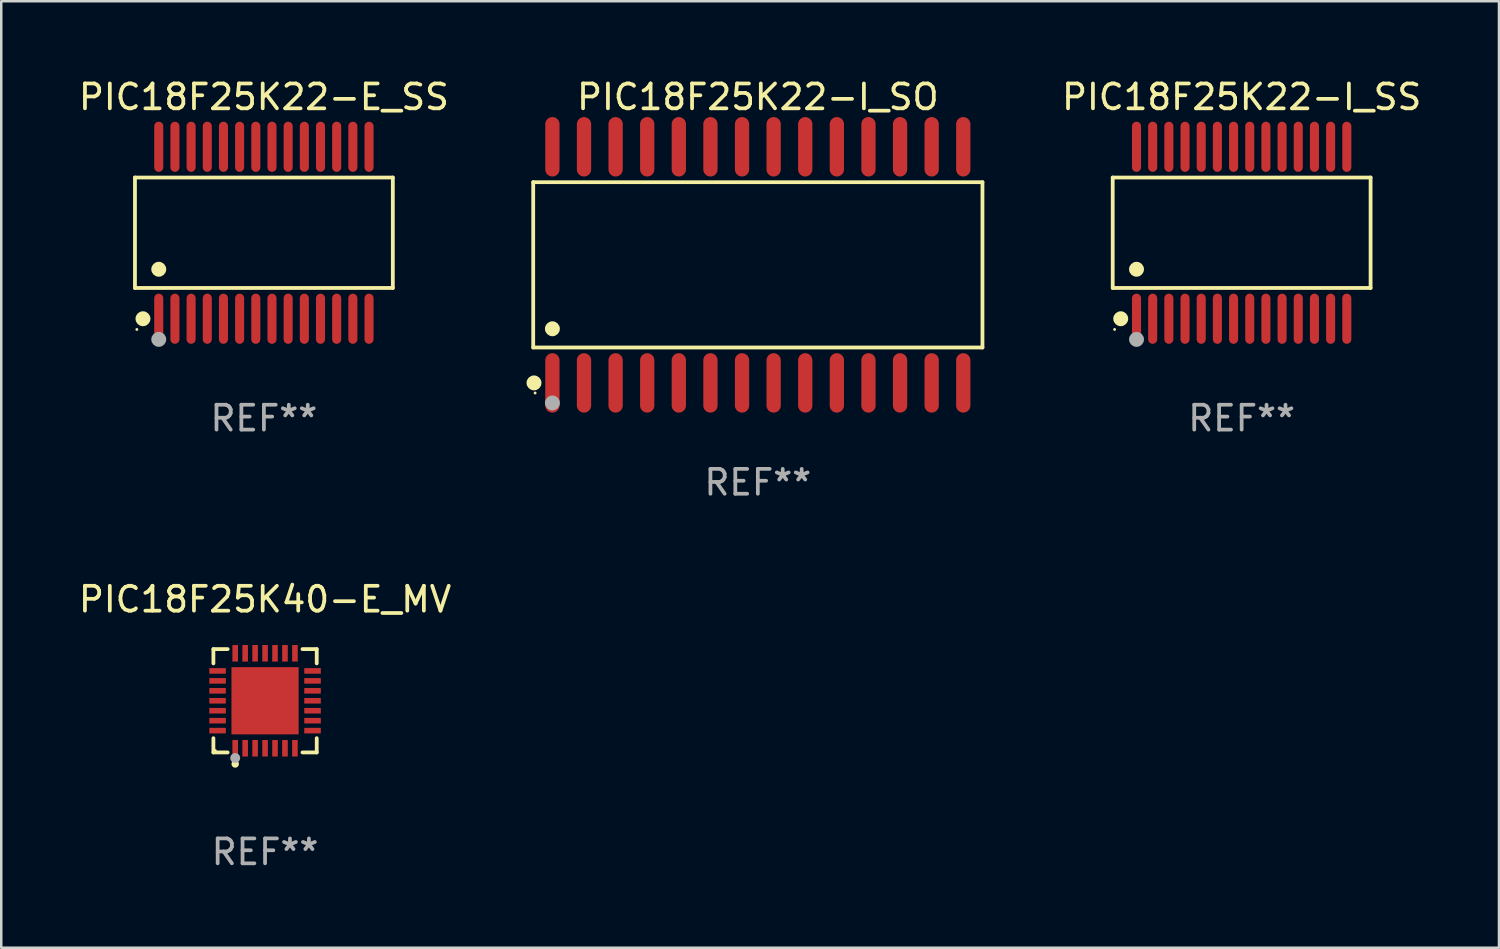
<source format=kicad_pcb>
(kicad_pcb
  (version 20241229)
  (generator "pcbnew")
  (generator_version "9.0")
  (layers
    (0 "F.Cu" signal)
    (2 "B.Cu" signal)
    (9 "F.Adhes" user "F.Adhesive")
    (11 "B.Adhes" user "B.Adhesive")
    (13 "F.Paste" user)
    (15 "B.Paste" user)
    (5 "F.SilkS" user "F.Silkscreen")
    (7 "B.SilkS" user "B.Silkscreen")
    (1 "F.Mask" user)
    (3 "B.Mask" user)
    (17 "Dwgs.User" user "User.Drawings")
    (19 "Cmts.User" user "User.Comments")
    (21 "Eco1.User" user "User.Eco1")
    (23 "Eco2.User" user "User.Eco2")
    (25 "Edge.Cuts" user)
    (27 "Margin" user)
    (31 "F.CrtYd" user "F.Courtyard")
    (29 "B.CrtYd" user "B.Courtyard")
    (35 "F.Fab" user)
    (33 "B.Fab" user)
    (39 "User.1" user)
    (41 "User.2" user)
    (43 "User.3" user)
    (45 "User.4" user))
  (footprint "PIC18F25K22-E_SS"
    (layer "F.Cu")
    (at 7.554 6.303)
    (property "Reference" "PIC18F25K22-E_SS" (at 0 -5.455 0) (layer "F.SilkS") (effects (font (size 1 1) (thickness 0.15))))
    (attr through_hole)
    (fp_line (start -5.181 -2.219) (end 5.181 -2.219) (stroke (width 0.152) (type solid)) (layer "F.SilkS"))
    (fp_line (start -5.181 2.219) (end -5.181 -2.219) (stroke (width 0.152) (type solid)) (layer "F.SilkS"))
    (fp_line (start 5.181 -2.219) (end 5.181 2.219) (stroke (width 0.152) (type solid)) (layer "F.SilkS"))
    (fp_line (start 5.181 2.219) (end -5.181 2.219) (stroke (width 0.152) (type solid)) (layer "F.SilkS"))
    (fp_circle (center -5.105 3.885) (end -5.075 3.885) (stroke (width 0.06) (type solid)) (fill no) (layer "F.SilkS"))
    (fp_circle (center -4.859 3.455) (end -4.709 3.455) (stroke (width 0.3) (type solid)) (fill no) (layer "F.SilkS"))
    (fp_circle (center -4.225 1.467) (end -4.075 1.467) (stroke (width 0.3) (type solid)) (fill no) (layer "F.SilkS"))
    (fp_circle (center -4.225 4.285) (end -4.075 4.285) (stroke (width 0.3) (type solid)) (fill no) (layer "F.Fab"))
    (fp_text user "REF**" (at 0 7.455 0) (layer "F.Fab") (effects (font (size 1 1) (thickness 0.15))))
    (pad "1" smd oval (at -4.225 3.455) (size 0.364 2.015) (layers "F.Cu" "F.Mask" "F.Paste"))
    (pad "2" smd oval (at -3.575 3.455) (size 0.364 2.015) (layers "F.Cu" "F.Mask" "F.Paste"))
    (pad "3" smd oval (at -2.925 3.455) (size 0.364 2.015) (layers "F.Cu" "F.Mask" "F.Paste"))
    (pad "4" smd oval (at -2.275 3.455) (size 0.364 2.015) (layers "F.Cu" "F.Mask" "F.Paste"))
    (pad "5" smd oval (at -1.625 3.455) (size 0.364 2.015) (layers "F.Cu" "F.Mask" "F.Paste"))
    (pad "6" smd oval (at -0.975 3.455) (size 0.364 2.015) (layers "F.Cu" "F.Mask" "F.Paste"))
    (pad "7" smd oval (at -0.325 3.455) (size 0.364 2.015) (layers "F.Cu" "F.Mask" "F.Paste"))
    (pad "8" smd oval (at 0.325 3.455) (size 0.364 2.015) (layers "F.Cu" "F.Mask" "F.Paste"))
    (pad "9" smd oval (at 0.975 3.455) (size 0.364 2.015) (layers "F.Cu" "F.Mask" "F.Paste"))
    (pad "10" smd oval (at 1.625 3.455) (size 0.364 2.015) (layers "F.Cu" "F.Mask" "F.Paste"))
    (pad "11" smd oval (at 2.275 3.455) (size 0.364 2.015) (layers "F.Cu" "F.Mask" "F.Paste"))
    (pad "12" smd oval (at 2.925 3.455) (size 0.364 2.015) (layers "F.Cu" "F.Mask" "F.Paste"))
    (pad "13" smd oval (at 3.575 3.455) (size 0.364 2.015) (layers "F.Cu" "F.Mask" "F.Paste"))
    (pad "14" smd oval (at 4.225 3.455) (size 0.364 2.015) (layers "F.Cu" "F.Mask" "F.Paste"))
    (pad "15" smd oval (at 4.225 -3.455) (size 0.364 2.015) (layers "F.Cu" "F.Mask" "F.Paste"))
    (pad "16" smd oval (at 3.575 -3.455) (size 0.364 2.015) (layers "F.Cu" "F.Mask" "F.Paste"))
    (pad "17" smd oval (at 2.925 -3.455) (size 0.364 2.015) (layers "F.Cu" "F.Mask" "F.Paste"))
    (pad "18" smd oval (at 2.275 -3.455) (size 0.364 2.015) (layers "F.Cu" "F.Mask" "F.Paste"))
    (pad "19" smd oval (at 1.625 -3.455) (size 0.364 2.015) (layers "F.Cu" "F.Mask" "F.Paste"))
    (pad "20" smd oval (at 0.975 -3.455) (size 0.364 2.015) (layers "F.Cu" "F.Mask" "F.Paste"))
    (pad "21" smd oval (at 0.325 -3.455) (size 0.364 2.015) (layers "F.Cu" "F.Mask" "F.Paste"))
    (pad "22" smd oval (at -0.325 -3.455) (size 0.364 2.015) (layers "F.Cu" "F.Mask" "F.Paste"))
    (pad "23" smd oval (at -0.975 -3.455) (size 0.364 2.015) (layers "F.Cu" "F.Mask" "F.Paste"))
    (pad "24" smd oval (at -1.625 -3.455) (size 0.364 2.015) (layers "F.Cu" "F.Mask" "F.Paste"))
    (pad "25" smd oval (at -2.275 -3.455) (size 0.364 2.015) (layers "F.Cu" "F.Mask" "F.Paste"))
    (pad "26" smd oval (at -2.925 -3.455) (size 0.364 2.015) (layers "F.Cu" "F.Mask" "F.Paste"))
    (pad "27" smd oval (at -3.575 -3.455) (size 0.364 2.015) (layers "F.Cu" "F.Mask" "F.Paste"))
    (pad "28" smd oval (at -4.225 -3.455) (size 0.364 2.015) (layers "F.Cu" "F.Mask" "F.Paste")))
  (footprint "PIC18F25K40-E_MV"
    (layer "F.Cu")
    (at 7.601 25.109)
    (property "Reference" "PIC18F25K40-E_MV" (at 0 -4.076 0) (layer "F.SilkS") (effects (font (size 1 1) (thickness 0.15))))
    (attr through_hole)
    (fp_line (start -2.076 -2.076) (end -1.503 -2.076) (stroke (width 0.152) (type solid)) (layer "F.SilkS"))
    (fp_line (start -2.076 -1.503) (end -2.076 -2.076) (stroke (width 0.152) (type solid)) (layer "F.SilkS"))
    (fp_line (start -2.076 1.503) (end -2.076 2.076) (stroke (width 0.152) (type solid)) (layer "F.SilkS"))
    (fp_line (start -2.076 2.076) (end -1.503 2.076) (stroke (width 0.152) (type solid)) (layer "F.SilkS"))
    (fp_line (start 2.076 -2.076) (end 1.503 -2.076) (stroke (width 0.152) (type solid)) (layer "F.SilkS"))
    (fp_line (start 2.076 -1.503) (end 2.076 -2.076) (stroke (width 0.152) (type solid)) (layer "F.SilkS"))
    (fp_line (start 2.076 1.503) (end 2.076 2.076) (stroke (width 0.152) (type solid)) (layer "F.SilkS"))
    (fp_line (start 2.076 2.076) (end 1.503 2.076) (stroke (width 0.152) (type solid)) (layer "F.SilkS"))
    (fp_circle (center -2 2) (end -1.97 2) (stroke (width 0.06) (type solid)) (fill no) (layer "F.SilkS"))
    (fp_circle (center -1.2 2.54) (end -1.125 2.54) (stroke (width 0.15) (type solid)) (fill no) (layer "F.SilkS"))
    (fp_circle (center -1.2 2.3) (end -1.1 2.3) (stroke (width 0.2) (type solid)) (fill no) (layer "F.Fab"))
    (fp_text user "REF**" (at 0 6.076 0) (layer "F.Fab") (effects (font (size 1 1) (thickness 0.15))))
    (pad "1" smd rect (at -1.2 1.908) (size 0.224 0.665) (layers "F.Cu" "F.Mask" "F.Paste"))
    (pad "2" smd rect (at -0.8 1.908) (size 0.224 0.665) (layers "F.Cu" "F.Mask" "F.Paste"))
    (pad "3" smd rect (at -0.4 1.908) (size 0.224 0.665) (layers "F.Cu" "F.Mask" "F.Paste"))
    (pad "4" smd rect (at 0 1.908) (size 0.224 0.665) (layers "F.Cu" "F.Mask" "F.Paste"))
    (pad "5" smd rect (at 0.4 1.908) (size 0.224 0.665) (layers "F.Cu" "F.Mask" "F.Paste"))
    (pad "6" smd rect (at 0.8 1.908) (size 0.224 0.665) (layers "F.Cu" "F.Mask" "F.Paste"))
    (pad "7" smd rect (at 1.2 1.908) (size 0.224 0.665) (layers "F.Cu" "F.Mask" "F.Paste"))
    (pad "8" smd rect (at 1.908 1.2) (size 0.665 0.224) (layers "F.Cu" "F.Mask" "F.Paste"))
    (pad "9" smd rect (at 1.908 0.8) (size 0.665 0.224) (layers "F.Cu" "F.Mask" "F.Paste"))
    (pad "10" smd rect (at 1.908 0.4) (size 0.665 0.224) (layers "F.Cu" "F.Mask" "F.Paste"))
    (pad "11" smd rect (at 1.908 0) (size 0.665 0.224) (layers "F.Cu" "F.Mask" "F.Paste"))
    (pad "12" smd rect (at 1.908 -0.4) (size 0.665 0.224) (layers "F.Cu" "F.Mask" "F.Paste"))
    (pad "13" smd rect (at 1.908 -0.8) (size 0.665 0.224) (layers "F.Cu" "F.Mask" "F.Paste"))
    (pad "14" smd rect (at 1.908 -1.2) (size 0.665 0.224) (layers "F.Cu" "F.Mask" "F.Paste"))
    (pad "15" smd rect (at 1.2 -1.908) (size 0.224 0.665) (layers "F.Cu" "F.Mask" "F.Paste"))
    (pad "16" smd rect (at 0.8 -1.908) (size 0.224 0.665) (layers "F.Cu" "F.Mask" "F.Paste"))
    (pad "17" smd rect (at 0.4 -1.908) (size 0.224 0.665) (layers "F.Cu" "F.Mask" "F.Paste"))
    (pad "18" smd rect (at 0 -1.908) (size 0.224 0.665) (layers "F.Cu" "F.Mask" "F.Paste"))
    (pad "19" smd rect (at -0.4 -1.908) (size 0.224 0.665) (layers "F.Cu" "F.Mask" "F.Paste"))
    (pad "20" smd rect (at -0.8 -1.908) (size 0.224 0.665) (layers "F.Cu" "F.Mask" "F.Paste"))
    (pad "21" smd rect (at -1.2 -1.908) (size 0.224 0.665) (layers "F.Cu" "F.Mask" "F.Paste"))
    (pad "22" smd rect (at -1.908 -1.2) (size 0.665 0.224) (layers "F.Cu" "F.Mask" "F.Paste"))
    (pad "23" smd rect (at -1.908 -0.8) (size 0.665 0.224) (layers "F.Cu" "F.Mask" "F.Paste"))
    (pad "24" smd rect (at -1.908 -0.4) (size 0.665 0.224) (layers "F.Cu" "F.Mask" "F.Paste"))
    (pad "25" smd rect (at -1.908 0) (size 0.665 0.224) (layers "F.Cu" "F.Mask" "F.Paste"))
    (pad "26" smd rect (at -1.908 0.4) (size 0.665 0.224) (layers "F.Cu" "F.Mask" "F.Paste"))
    (pad "27" smd rect (at -1.908 0.8) (size 0.665 0.224) (layers "F.Cu" "F.Mask" "F.Paste"))
    (pad "28" smd rect (at -1.908 1.2) (size 0.665 0.224) (layers "F.Cu" "F.Mask" "F.Paste"))
    (pad "29" smd rect (at 0 0) (size 2.7 2.7) (layers "F.Cu" "F.Mask" "F.Paste")))
  (footprint "PIC18F25K22-I_SS"
    (layer "F.Cu")
    (at 46.843 6.303)
    (property "Reference" "PIC18F25K22-I_SS" (at 0 -5.455 0) (layer "F.SilkS") (effects (font (size 1 1) (thickness 0.15))))
    (attr through_hole)
    (fp_line (start -5.181 -2.219) (end 5.181 -2.219) (stroke (width 0.152) (type solid)) (layer "F.SilkS"))
    (fp_line (start -5.181 2.219) (end -5.181 -2.219) (stroke (width 0.152) (type solid)) (layer "F.SilkS"))
    (fp_line (start 5.181 -2.219) (end 5.181 2.219) (stroke (width 0.152) (type solid)) (layer "F.SilkS"))
    (fp_line (start 5.181 2.219) (end -5.181 2.219) (stroke (width 0.152) (type solid)) (layer "F.SilkS"))
    (fp_circle (center -5.105 3.885) (end -5.075 3.885) (stroke (width 0.06) (type solid)) (fill no) (layer "F.SilkS"))
    (fp_circle (center -4.859 3.455) (end -4.709 3.455) (stroke (width 0.3) (type solid)) (fill no) (layer "F.SilkS"))
    (fp_circle (center -4.225 1.467) (end -4.075 1.467) (stroke (width 0.3) (type solid)) (fill no) (layer "F.SilkS"))
    (fp_circle (center -4.225 4.285) (end -4.075 4.285) (stroke (width 0.3) (type solid)) (fill no) (layer "F.Fab"))
    (fp_text user "REF**" (at 0 7.455 0) (layer "F.Fab") (effects (font (size 1 1) (thickness 0.15))))
    (pad "1" smd oval (at -4.225 3.455) (size 0.364 2.015) (layers "F.Cu" "F.Mask" "F.Paste"))
    (pad "2" smd oval (at -3.575 3.455) (size 0.364 2.015) (layers "F.Cu" "F.Mask" "F.Paste"))
    (pad "3" smd oval (at -2.925 3.455) (size 0.364 2.015) (layers "F.Cu" "F.Mask" "F.Paste"))
    (pad "4" smd oval (at -2.275 3.455) (size 0.364 2.015) (layers "F.Cu" "F.Mask" "F.Paste"))
    (pad "5" smd oval (at -1.625 3.455) (size 0.364 2.015) (layers "F.Cu" "F.Mask" "F.Paste"))
    (pad "6" smd oval (at -0.975 3.455) (size 0.364 2.015) (layers "F.Cu" "F.Mask" "F.Paste"))
    (pad "7" smd oval (at -0.325 3.455) (size 0.364 2.015) (layers "F.Cu" "F.Mask" "F.Paste"))
    (pad "8" smd oval (at 0.325 3.455) (size 0.364 2.015) (layers "F.Cu" "F.Mask" "F.Paste"))
    (pad "9" smd oval (at 0.975 3.455) (size 0.364 2.015) (layers "F.Cu" "F.Mask" "F.Paste"))
    (pad "10" smd oval (at 1.625 3.455) (size 0.364 2.015) (layers "F.Cu" "F.Mask" "F.Paste"))
    (pad "11" smd oval (at 2.275 3.455) (size 0.364 2.015) (layers "F.Cu" "F.Mask" "F.Paste"))
    (pad "12" smd oval (at 2.925 3.455) (size 0.364 2.015) (layers "F.Cu" "F.Mask" "F.Paste"))
    (pad "13" smd oval (at 3.575 3.455) (size 0.364 2.015) (layers "F.Cu" "F.Mask" "F.Paste"))
    (pad "14" smd oval (at 4.225 3.455) (size 0.364 2.015) (layers "F.Cu" "F.Mask" "F.Paste"))
    (pad "15" smd oval (at 4.225 -3.455) (size 0.364 2.015) (layers "F.Cu" "F.Mask" "F.Paste"))
    (pad "16" smd oval (at 3.575 -3.455) (size 0.364 2.015) (layers "F.Cu" "F.Mask" "F.Paste"))
    (pad "17" smd oval (at 2.925 -3.455) (size 0.364 2.015) (layers "F.Cu" "F.Mask" "F.Paste"))
    (pad "18" smd oval (at 2.275 -3.455) (size 0.364 2.015) (layers "F.Cu" "F.Mask" "F.Paste"))
    (pad "19" smd oval (at 1.625 -3.455) (size 0.364 2.015) (layers "F.Cu" "F.Mask" "F.Paste"))
    (pad "20" smd oval (at 0.975 -3.455) (size 0.364 2.015) (layers "F.Cu" "F.Mask" "F.Paste"))
    (pad "21" smd oval (at 0.325 -3.455) (size 0.364 2.015) (layers "F.Cu" "F.Mask" "F.Paste"))
    (pad "22" smd oval (at -0.325 -3.455) (size 0.364 2.015) (layers "F.Cu" "F.Mask" "F.Paste"))
    (pad "23" smd oval (at -0.975 -3.455) (size 0.364 2.015) (layers "F.Cu" "F.Mask" "F.Paste"))
    (pad "24" smd oval (at -1.625 -3.455) (size 0.364 2.015) (layers "F.Cu" "F.Mask" "F.Paste"))
    (pad "25" smd oval (at -2.275 -3.455) (size 0.364 2.015) (layers "F.Cu" "F.Mask" "F.Paste"))
    (pad "26" smd oval (at -2.925 -3.455) (size 0.364 2.015) (layers "F.Cu" "F.Mask" "F.Paste"))
    (pad "27" smd oval (at -3.575 -3.455) (size 0.364 2.015) (layers "F.Cu" "F.Mask" "F.Paste"))
    (pad "28" smd oval (at -4.225 -3.455) (size 0.364 2.015) (layers "F.Cu" "F.Mask" "F.Paste")))
  (footprint "PIC18F25K22-I_SO"
    (layer "F.Cu")
    (at 27.402 7.592)
    (property "Reference" "PIC18F25K22-I_SO" (at 0 -6.744 0) (layer "F.SilkS") (effects (font (size 1 1) (thickness 0.15))))
    (attr through_hole)
    (fp_line (start -9.026 -3.321) (end 9.026 -3.321) (stroke (width 0.152) (type solid)) (layer "F.SilkS"))
    (fp_line (start -9.026 3.321) (end -9.026 -3.321) (stroke (width 0.152) (type solid)) (layer "F.SilkS"))
    (fp_line (start 9.026 -3.321) (end 9.026 3.321) (stroke (width 0.152) (type solid)) (layer "F.SilkS"))
    (fp_line (start 9.026 3.321) (end -9.026 3.321) (stroke (width 0.152) (type solid)) (layer "F.SilkS"))
    (fp_circle (center -8.994 4.744) (end -8.844 4.744) (stroke (width 0.3) (type solid)) (fill no) (layer "F.SilkS"))
    (fp_circle (center -8.95 5.15) (end -8.92 5.15) (stroke (width 0.06) (type solid)) (fill no) (layer "F.SilkS"))
    (fp_circle (center -8.255 2.569) (end -8.105 2.569) (stroke (width 0.3) (type solid)) (fill no) (layer "F.SilkS"))
    (fp_circle (center -8.255 5.55) (end -8.105 5.55) (stroke (width 0.3) (type solid)) (fill no) (layer "F.Fab"))
    (fp_text user "REF**" (at 0 8.744 0) (layer "F.Fab") (effects (font (size 1 1) (thickness 0.15))))
    (pad "1" smd oval (at -8.255 4.744) (size 0.574 2.388) (layers "F.Cu" "F.Mask" "F.Paste"))
    (pad "2" smd oval (at -6.985 4.744) (size 0.574 2.388) (layers "F.Cu" "F.Mask" "F.Paste"))
    (pad "3" smd oval (at -5.715 4.744) (size 0.574 2.388) (layers "F.Cu" "F.Mask" "F.Paste"))
    (pad "4" smd oval (at -4.445 4.744) (size 0.574 2.388) (layers "F.Cu" "F.Mask" "F.Paste"))
    (pad "5" smd oval (at -3.175 4.744) (size 0.574 2.388) (layers "F.Cu" "F.Mask" "F.Paste"))
    (pad "6" smd oval (at -1.905 4.744) (size 0.574 2.388) (layers "F.Cu" "F.Mask" "F.Paste"))
    (pad "7" smd oval (at -0.635 4.744) (size 0.574 2.388) (layers "F.Cu" "F.Mask" "F.Paste"))
    (pad "8" smd oval (at 0.635 4.744) (size 0.574 2.388) (layers "F.Cu" "F.Mask" "F.Paste"))
    (pad "9" smd oval (at 1.905 4.744) (size 0.574 2.388) (layers "F.Cu" "F.Mask" "F.Paste"))
    (pad "10" smd oval (at 3.175 4.744) (size 0.574 2.388) (layers "F.Cu" "F.Mask" "F.Paste"))
    (pad "11" smd oval (at 4.445 4.744) (size 0.574 2.388) (layers "F.Cu" "F.Mask" "F.Paste"))
    (pad "12" smd oval (at 5.715 4.744) (size 0.574 2.388) (layers "F.Cu" "F.Mask" "F.Paste"))
    (pad "13" smd oval (at 6.985 4.744) (size 0.574 2.388) (layers "F.Cu" "F.Mask" "F.Paste"))
    (pad "14" smd oval (at 8.255 4.744) (size 0.574 2.388) (layers "F.Cu" "F.Mask" "F.Paste"))
    (pad "15" smd oval (at 8.255 -4.744) (size 0.574 2.388) (layers "F.Cu" "F.Mask" "F.Paste"))
    (pad "16" smd oval (at 6.985 -4.744) (size 0.574 2.388) (layers "F.Cu" "F.Mask" "F.Paste"))
    (pad "17" smd oval (at 5.715 -4.744) (size 0.574 2.388) (layers "F.Cu" "F.Mask" "F.Paste"))
    (pad "18" smd oval (at 4.445 -4.744) (size 0.574 2.388) (layers "F.Cu" "F.Mask" "F.Paste"))
    (pad "19" smd oval (at 3.175 -4.744) (size 0.574 2.388) (layers "F.Cu" "F.Mask" "F.Paste"))
    (pad "20" smd oval (at 1.905 -4.744) (size 0.574 2.388) (layers "F.Cu" "F.Mask" "F.Paste"))
    (pad "21" smd oval (at 0.635 -4.744) (size 0.574 2.388) (layers "F.Cu" "F.Mask" "F.Paste"))
    (pad "22" smd oval (at -0.635 -4.744) (size 0.574 2.388) (layers "F.Cu" "F.Mask" "F.Paste"))
    (pad "23" smd oval (at -1.905 -4.744) (size 0.574 2.388) (layers "F.Cu" "F.Mask" "F.Paste"))
    (pad "24" smd oval (at -3.175 -4.744) (size 0.574 2.388) (layers "F.Cu" "F.Mask" "F.Paste"))
    (pad "25" smd oval (at -4.445 -4.744) (size 0.574 2.388) (layers "F.Cu" "F.Mask" "F.Paste"))
    (pad "26" smd oval (at -5.715 -4.744) (size 0.574 2.388) (layers "F.Cu" "F.Mask" "F.Paste"))
    (pad "27" smd oval (at -6.985 -4.744) (size 0.574 2.388) (layers "F.Cu" "F.Mask" "F.Paste"))
    (pad "28" smd oval (at -8.255 -4.744) (size 0.574 2.388) (layers "F.Cu" "F.Mask" "F.Paste")))
  (gr_rect
    (start -3 -3)
    (end 57.183 35.033)
    (stroke (width 0.1) (type default))
    (fill no)
    (layer "Edge.Cuts")))
</source>
